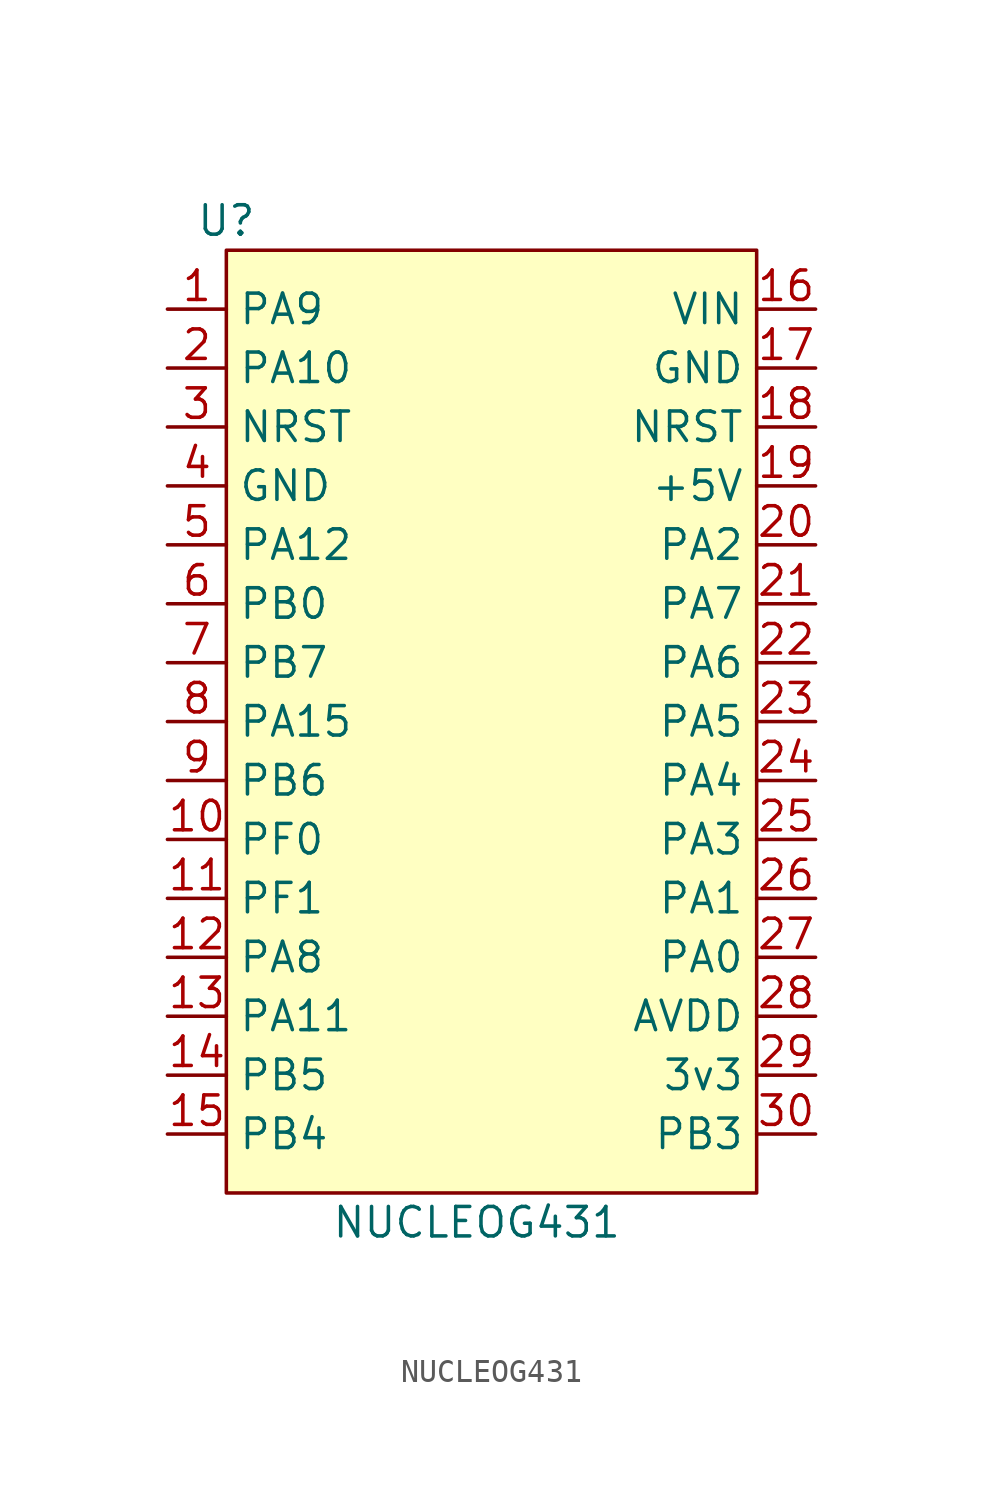
<source format=kicad_sym>
(kicad_symbol_lib
  (version 20211014)
  (generator kicad_symbol_editor)
  (symbol "NUCLEOG431"
    (property "Reference" "U"
      (at 0 1.27 0)
      (effects (font (size 1.27 1.27))))
    (property "Value" "NUCLEOG431"
      (at 10.795 -41.91 0)
      (effects (font (size 1.27 1.27))))
    (symbol "NUCLEOG431_0_1"
      (rectangle (start 0 0) (end 22.86 -40.64) (stroke (width 0) (type default) (color 0 0 0 0)) (fill (type background))))
    (symbol "NUCLEOG431_1_1"
      (pin bidirectional line (at -2.54 -2.54 0) (length 2.54) (name "PA9" (effects (font (size 1.27 1.27)))) (number "1" (effects (font (size 1.27 1.27)))))
      (pin bidirectional line (at -2.54 -25.4 0) (length 2.54) (name "PF0" (effects (font (size 1.27 1.27)))) (number "10" (effects (font (size 1.27 1.27)))))
      (pin bidirectional line (at -2.54 -27.94 0) (length 2.54) (name "PF1" (effects (font (size 1.27 1.27)))) (number "11" (effects (font (size 1.27 1.27)))))
      (pin bidirectional line (at -2.54 -30.48 0) (length 2.54) (name "PA8" (effects (font (size 1.27 1.27)))) (number "12" (effects (font (size 1.27 1.27)))))
      (pin bidirectional line (at -2.54 -33.02 0) (length 2.54) (name "PA11" (effects (font (size 1.27 1.27)))) (number "13" (effects (font (size 1.27 1.27)))))
      (pin bidirectional line (at -2.54 -35.56 0) (length 2.54) (name "PB5" (effects (font (size 1.27 1.27)))) (number "14" (effects (font (size 1.27 1.27)))))
      (pin bidirectional line (at -2.54 -38.1 0) (length 2.54) (name "PB4" (effects (font (size 1.27 1.27)))) (number "15" (effects (font (size 1.27 1.27)))))
      (pin power_in line (at 25.4 -2.54 180) (length 2.54) (name "VIN" (effects (font (size 1.27 1.27)))) (number "16" (effects (font (size 1.27 1.27)))))
      (pin power_in line (at 25.4 -5.08 180) (length 2.54) (name "GND" (effects (font (size 1.27 1.27)))) (number "17" (effects (font (size 1.27 1.27)))))
      (pin power_in line (at 25.4 -7.62 180) (length 2.54) (name "NRST" (effects (font (size 1.27 1.27)))) (number "18" (effects (font (size 1.27 1.27)))))
      (pin power_in line (at 25.4 -10.16 180) (length 2.54) (name "+5V" (effects (font (size 1.27 1.27)))) (number "19" (effects (font (size 1.27 1.27)))))
      (pin bidirectional line (at -2.54 -5.08 0) (length 2.54) (name "PA10" (effects (font (size 1.27 1.27)))) (number "2" (effects (font (size 1.27 1.27)))))
      (pin bidirectional line (at 25.4 -12.7 180) (length 2.54) (name "PA2" (effects (font (size 1.27 1.27)))) (number "20" (effects (font (size 1.27 1.27)))))
      (pin bidirectional line (at 25.4 -15.24 180) (length 2.54) (name "PA7" (effects (font (size 1.27 1.27)))) (number "21" (effects (font (size 1.27 1.27)))))
      (pin bidirectional line (at 25.4 -17.78 180) (length 2.54) (name "PA6" (effects (font (size 1.27 1.27)))) (number "22" (effects (font (size 1.27 1.27)))))
      (pin bidirectional line (at 25.4 -20.32 180) (length 2.54) (name "PA5" (effects (font (size 1.27 1.27)))) (number "23" (effects (font (size 1.27 1.27)))))
      (pin bidirectional line (at 25.4 -22.86 180) (length 2.54) (name "PA4" (effects (font (size 1.27 1.27)))) (number "24" (effects (font (size 1.27 1.27)))))
      (pin bidirectional line (at 25.4 -25.4 180) (length 2.54) (name "PA3" (effects (font (size 1.27 1.27)))) (number "25" (effects (font (size 1.27 1.27)))))
      (pin bidirectional line (at 25.4 -27.94 180) (length 2.54) (name "PA1" (effects (font (size 1.27 1.27)))) (number "26" (effects (font (size 1.27 1.27)))))
      (pin bidirectional line (at 25.4 -30.48 180) (length 2.54) (name "PA0" (effects (font (size 1.27 1.27)))) (number "27" (effects (font (size 1.27 1.27)))))
      (pin power_out line (at 25.4 -33.02 180) (length 2.54) (name "AVDD" (effects (font (size 1.27 1.27)))) (number "28" (effects (font (size 1.27 1.27)))))
      (pin power_out line (at 25.4 -35.56 180) (length 2.54) (name "3v3" (effects (font (size 1.27 1.27)))) (number "29" (effects (font (size 1.27 1.27)))))
      (pin input line (at -2.54 -7.62 0) (length 2.54) (name "NRST" (effects (font (size 1.27 1.27)))) (number "3" (effects (font (size 1.27 1.27)))))
      (pin bidirectional line (at 25.4 -38.1 180) (length 2.54) (name "PB3" (effects (font (size 1.27 1.27)))) (number "30" (effects (font (size 1.27 1.27)))))
      (pin power_in line (at -2.54 -10.16 0) (length 2.54) (name "GND" (effects (font (size 1.27 1.27)))) (number "4" (effects (font (size 1.27 1.27)))))
      (pin bidirectional line (at -2.54 -12.7 0) (length 2.54) (name "PA12" (effects (font (size 1.27 1.27)))) (number "5" (effects (font (size 1.27 1.27)))))
      (pin bidirectional line (at -2.54 -15.24 0) (length 2.54) (name "PB0" (effects (font (size 1.27 1.27)))) (number "6" (effects (font (size 1.27 1.27)))))
      (pin bidirectional line (at -2.54 -17.78 0) (length 2.54) (name "PB7" (effects (font (size 1.27 1.27)))) (number "7" (effects (font (size 1.27 1.27)))))
      (pin bidirectional line (at -2.54 -20.32 0) (length 2.54) (name "PA15" (effects (font (size 1.27 1.27)))) (number "8" (effects (font (size 1.27 1.27)))))
      (pin bidirectional line (at -2.54 -22.86 0) (length 2.54) (name "PB6" (effects (font (size 1.27 1.27)))) (number "9" (effects (font (size 1.27 1.27))))))))
</source>
